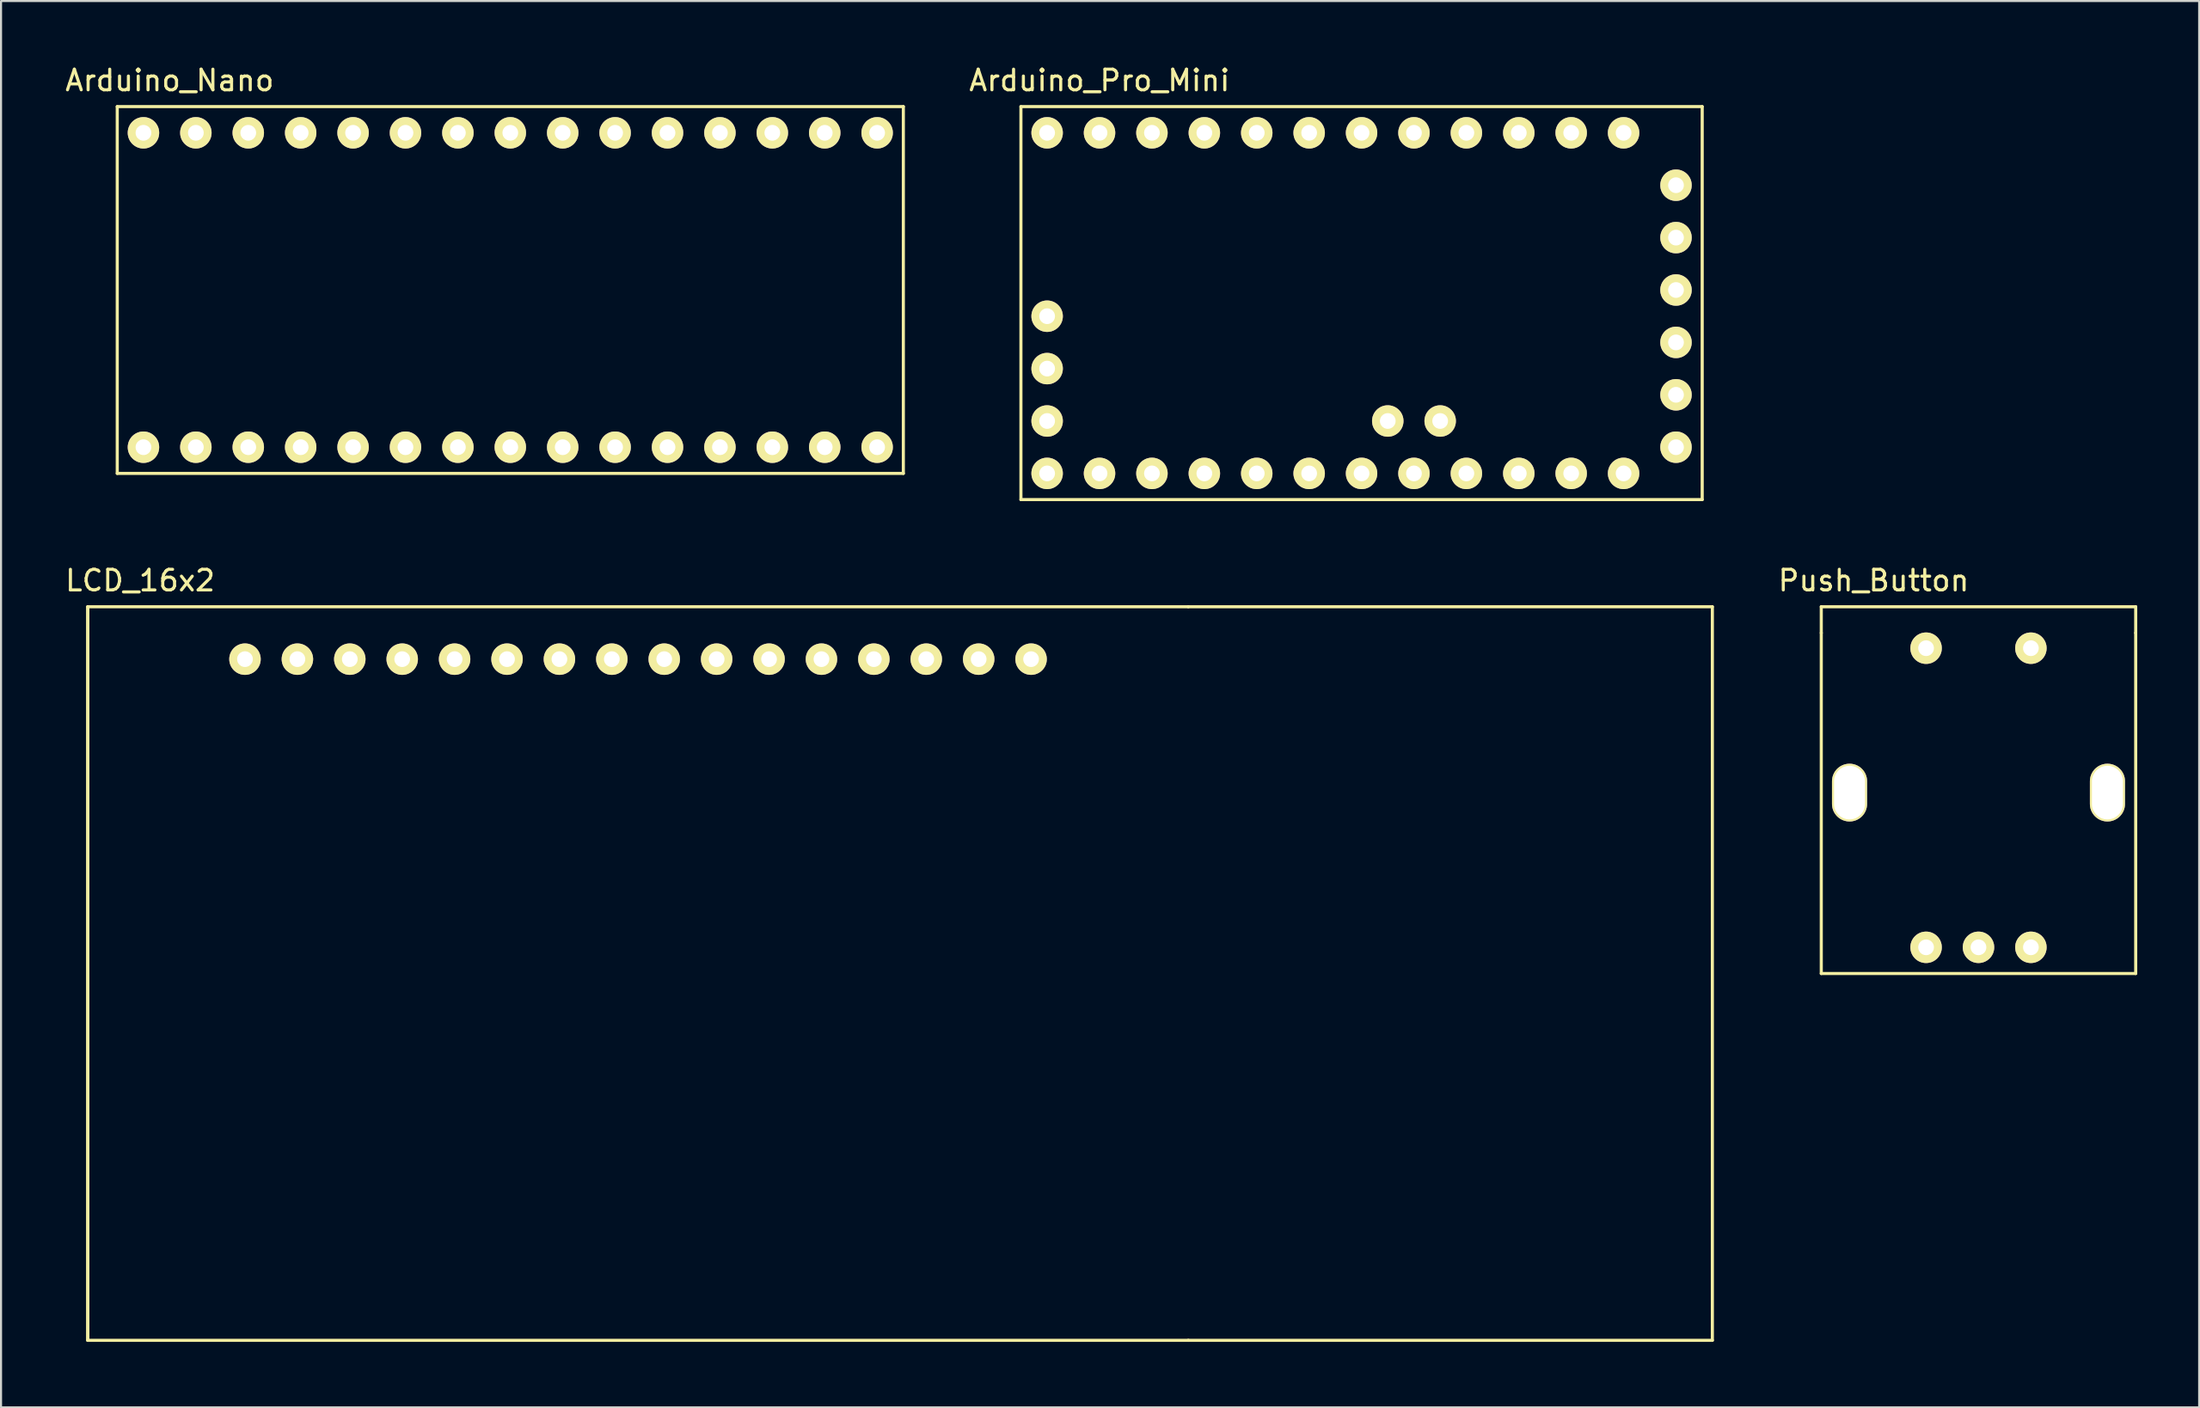
<source format=kicad_pcb>
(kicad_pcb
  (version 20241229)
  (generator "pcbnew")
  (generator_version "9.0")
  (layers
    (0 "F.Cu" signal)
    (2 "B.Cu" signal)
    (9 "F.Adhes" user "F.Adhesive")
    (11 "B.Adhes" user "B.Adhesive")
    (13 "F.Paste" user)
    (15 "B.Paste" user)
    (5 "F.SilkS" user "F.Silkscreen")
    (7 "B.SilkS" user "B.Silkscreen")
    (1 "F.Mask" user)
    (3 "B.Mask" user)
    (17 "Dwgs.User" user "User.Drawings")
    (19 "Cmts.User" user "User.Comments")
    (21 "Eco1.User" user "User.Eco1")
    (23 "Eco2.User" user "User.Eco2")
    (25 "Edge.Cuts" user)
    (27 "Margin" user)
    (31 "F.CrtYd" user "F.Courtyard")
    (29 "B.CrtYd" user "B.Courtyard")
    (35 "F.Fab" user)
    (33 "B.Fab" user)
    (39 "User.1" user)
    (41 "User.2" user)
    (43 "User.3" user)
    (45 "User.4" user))
  (footprint "LCD_16x2"
    (layer "F.Cu")
    (at 8.824 61.922)
    (property "Reference" "LCD_16x2" (at -5.08 -36.83 0) (layer "F.SilkS") (effects (font (size 1 1) (thickness 0.15))))
    (attr through_hole)
    (fp_line (start -7.62 -35.56) (end -7.62 0) (stroke (width 0.15) (type solid)) (layer "F.SilkS"))
    (fp_line (start -7.62 0) (end -7.62 -35.56) (stroke (width 0.15) (type solid)) (layer "F.SilkS"))
    (fp_line (start -7.62 0) (end 45.72 0) (stroke (width 0.15) (type solid)) (layer "F.SilkS"))
    (fp_line (start 45.72 -35.56) (end -7.62 -35.56) (stroke (width 0.15) (type solid)) (layer "F.SilkS"))
    (fp_line (start 45.72 -35.56) (end 71.12 -35.56) (stroke (width 0.15) (type solid)) (layer "F.SilkS"))
    (fp_line (start 71.12 -35.56) (end 71.12 0) (stroke (width 0.15) (type solid)) (layer "F.SilkS"))
    (fp_line (start 71.12 0) (end 45.72 0) (stroke (width 0.15) (type solid)) (layer "F.SilkS"))
    (pad "1" thru_hole circle (at 0 -33.02) (size 1.524 1.524) (drill 0.762) (layers "*.Cu" "*.Mask" "F.SilkS"))
    (pad "2" thru_hole circle (at 2.54 -33.02) (size 1.524 1.524) (drill 0.762) (layers "*.Cu" "*.Mask" "F.SilkS"))
    (pad "3" thru_hole circle (at 5.08 -33.02) (size 1.524 1.524) (drill 0.762) (layers "*.Cu" "*.Mask" "F.SilkS"))
    (pad "4" thru_hole circle (at 7.62 -33.02) (size 1.524 1.524) (drill 0.762) (layers "*.Cu" "*.Mask" "F.SilkS"))
    (pad "5" thru_hole circle (at 10.16 -33.02) (size 1.524 1.524) (drill 0.762) (layers "*.Cu" "*.Mask" "F.SilkS"))
    (pad "6" thru_hole circle (at 12.7 -33.02) (size 1.524 1.524) (drill 0.762) (layers "*.Cu" "*.Mask" "F.SilkS"))
    (pad "7" thru_hole circle (at 15.24 -33.02) (size 1.524 1.524) (drill 0.762) (layers "*.Cu" "*.Mask" "F.SilkS"))
    (pad "8" thru_hole circle (at 17.78 -33.02) (size 1.524 1.524) (drill 0.762) (layers "*.Cu" "*.Mask" "F.SilkS"))
    (pad "9" thru_hole circle (at 20.32 -33.02) (size 1.524 1.524) (drill 0.762) (layers "*.Cu" "*.Mask" "F.SilkS"))
    (pad "10" thru_hole circle (at 22.86 -33.02) (size 1.524 1.524) (drill 0.762) (layers "*.Cu" "*.Mask" "F.SilkS"))
    (pad "11" thru_hole circle (at 25.4 -33.02) (size 1.524 1.524) (drill 0.762) (layers "*.Cu" "*.Mask" "F.SilkS"))
    (pad "12" thru_hole circle (at 27.94 -33.02) (size 1.524 1.524) (drill 0.762) (layers "*.Cu" "*.Mask" "F.SilkS"))
    (pad "13" thru_hole circle (at 30.48 -33.02) (size 1.524 1.524) (drill 0.762) (layers "*.Cu" "*.Mask" "F.SilkS"))
    (pad "14" thru_hole circle (at 33.02 -33.02) (size 1.524 1.524) (drill 0.762) (layers "*.Cu" "*.Mask" "F.SilkS"))
    (pad "15" thru_hole circle (at 35.56 -33.02) (size 1.524 1.524) (drill 0.762) (layers "*.Cu" "*.Mask" "F.SilkS"))
    (pad "16" thru_hole circle (at 38.1 -33.02) (size 1.524 1.524) (drill 0.762) (layers "*.Cu" "*.Mask" "F.SilkS")))
  (footprint "Arduino_Nano"
    (layer "F.Cu")
    (at 22.953 9.738)
    (property "Reference" "Arduino_Nano" (at -17.78 -8.89 0) (layer "F.SilkS") (effects (font (size 1 1) (thickness 0.15))))
    (attr through_hole)
    (fp_line (start -20.32 -7.62) (end 17.78 -7.62) (stroke (width 0.15) (type solid)) (layer "F.SilkS"))
    (fp_line (start -20.32 10.16) (end -20.32 -7.62) (stroke (width 0.15) (type solid)) (layer "F.SilkS"))
    (fp_line (start 17.78 -7.62) (end 17.78 10.16) (stroke (width 0.15) (type solid)) (layer "F.SilkS"))
    (fp_line (start 17.78 10.16) (end -20.32 10.16) (stroke (width 0.15) (type solid)) (layer "F.SilkS"))
    (pad "1" thru_hole circle (at -19.05 8.89) (size 1.524 1.524) (drill 0.762) (layers "*.Cu" "*.Mask" "F.SilkS"))
    (pad "2" thru_hole circle (at -16.51 8.89) (size 1.524 1.524) (drill 0.762) (layers "*.Cu" "*.Mask" "F.SilkS"))
    (pad "3" thru_hole circle (at -13.97 8.89) (size 1.524 1.524) (drill 0.762) (layers "*.Cu" "*.Mask" "F.SilkS"))
    (pad "4" thru_hole circle (at -11.43 8.89) (size 1.524 1.524) (drill 0.762) (layers "*.Cu" "*.Mask" "F.SilkS"))
    (pad "5" thru_hole circle (at -8.89 8.89) (size 1.524 1.524) (drill 0.762) (layers "*.Cu" "*.Mask" "F.SilkS"))
    (pad "6" thru_hole circle (at -6.35 8.89) (size 1.524 1.524) (drill 0.762) (layers "*.Cu" "*.Mask" "F.SilkS"))
    (pad "7" thru_hole circle (at -3.81 8.89) (size 1.524 1.524) (drill 0.762) (layers "*.Cu" "*.Mask" "F.SilkS"))
    (pad "8" thru_hole circle (at -1.27 8.89) (size 1.524 1.524) (drill 0.762) (layers "*.Cu" "*.Mask" "F.SilkS"))
    (pad "9" thru_hole circle (at 1.27 8.89) (size 1.524 1.524) (drill 0.762) (layers "*.Cu" "*.Mask" "F.SilkS"))
    (pad "10" thru_hole circle (at 3.81 8.89) (size 1.524 1.524) (drill 0.762) (layers "*.Cu" "*.Mask" "F.SilkS"))
    (pad "11" thru_hole circle (at 6.35 8.89) (size 1.524 1.524) (drill 0.762) (layers "*.Cu" "*.Mask" "F.SilkS"))
    (pad "12" thru_hole circle (at 8.89 8.89) (size 1.524 1.524) (drill 0.762) (layers "*.Cu" "*.Mask" "F.SilkS"))
    (pad "13" thru_hole circle (at 11.43 8.89) (size 1.524 1.524) (drill 0.762) (layers "*.Cu" "*.Mask" "F.SilkS"))
    (pad "14" thru_hole circle (at 13.97 8.89) (size 1.524 1.524) (drill 0.762) (layers "*.Cu" "*.Mask" "F.SilkS"))
    (pad "15" thru_hole circle (at 16.51 8.89) (size 1.524 1.524) (drill 0.762) (layers "*.Cu" "*.Mask" "F.SilkS"))
    (pad "16" thru_hole circle (at 16.51 -6.35) (size 1.524 1.524) (drill 0.762) (layers "*.Cu" "*.Mask" "F.SilkS"))
    (pad "17" thru_hole circle (at 13.97 -6.35) (size 1.524 1.524) (drill 0.762) (layers "*.Cu" "*.Mask" "F.SilkS"))
    (pad "18" thru_hole circle (at 11.43 -6.35) (size 1.524 1.524) (drill 0.762) (layers "*.Cu" "*.Mask" "F.SilkS"))
    (pad "19" thru_hole circle (at 8.89 -6.35) (size 1.524 1.524) (drill 0.762) (layers "*.Cu" "*.Mask" "F.SilkS"))
    (pad "20" thru_hole circle (at 6.35 -6.35) (size 1.524 1.524) (drill 0.762) (layers "*.Cu" "*.Mask" "F.SilkS"))
    (pad "21" thru_hole circle (at 3.81 -6.35) (size 1.524 1.524) (drill 0.762) (layers "*.Cu" "*.Mask" "F.SilkS"))
    (pad "22" thru_hole circle (at 1.27 -6.35) (size 1.524 1.524) (drill 0.762) (layers "*.Cu" "*.Mask" "F.SilkS"))
    (pad "23" thru_hole circle (at -1.27 -6.35) (size 1.524 1.524) (drill 0.762) (layers "*.Cu" "*.Mask" "F.SilkS"))
    (pad "24" thru_hole circle (at -3.81 -6.35) (size 1.524 1.524) (drill 0.762) (layers "*.Cu" "*.Mask" "F.SilkS"))
    (pad "25" thru_hole circle (at -6.35 -6.35) (size 1.524 1.524) (drill 0.762) (layers "*.Cu" "*.Mask" "F.SilkS"))
    (pad "26" thru_hole circle (at -8.89 -6.35) (size 1.524 1.524) (drill 0.762) (layers "*.Cu" "*.Mask" "F.SilkS"))
    (pad "27" thru_hole circle (at -11.43 -6.35) (size 1.524 1.524) (drill 0.762) (layers "*.Cu" "*.Mask" "F.SilkS"))
    (pad "28" thru_hole circle (at -13.97 -6.35) (size 1.524 1.524) (drill 0.762) (layers "*.Cu" "*.Mask" "F.SilkS"))
    (pad "29" thru_hole circle (at -16.51 -6.35) (size 1.524 1.524) (drill 0.762) (layers "*.Cu" "*.Mask" "F.SilkS"))
    (pad "30" thru_hole circle (at -19.05 -6.35) (size 1.524 1.524) (drill 0.762) (layers "*.Cu" "*.Mask" "F.SilkS")))
  (footprint "Push_Button"
    (layer "F.Cu")
    (at 92.843 42.871)
    (property "Reference" "Push_Button" (at -5.08 -17.78 0) (layer "F.SilkS") (effects (font (size 1 1) (thickness 0.15))))
    (attr through_hole)
    (fp_line (start -7.62 -16.51) (end -7.62 -15.24) (stroke (width 0.15) (type solid)) (layer "F.SilkS"))
    (fp_line (start -7.62 -15.24) (end -7.62 1.27) (stroke (width 0.15) (type solid)) (layer "F.SilkS"))
    (fp_line (start -7.62 1.27) (end 7.62 1.27) (stroke (width 0.15) (type solid)) (layer "F.SilkS"))
    (fp_line (start 7.62 -16.51) (end -7.62 -16.51) (stroke (width 0.15) (type solid)) (layer "F.SilkS"))
    (fp_line (start 7.62 -15.24) (end 7.62 -16.51) (stroke (width 0.15) (type solid)) (layer "F.SilkS"))
    (fp_line (start 7.62 1.27) (end 7.62 -15.24) (stroke (width 0.15) (type solid)) (layer "F.SilkS"))
    (pad "1" thru_hole circle (at -2.54 0) (size 1.524 1.524) (drill 0.762) (layers "*.Cu" "*.Mask" "F.SilkS"))
    (pad "2" thru_hole circle (at 0 0) (size 1.524 1.524) (drill 0.762) (layers "*.Cu" "*.Mask" "F.SilkS"))
    (pad "3" thru_hole circle (at 2.54 0) (size 1.524 1.524) (drill 0.762) (layers "*.Cu" "*.Mask" "F.SilkS"))
    (pad "4" thru_hole circle (at 2.54 -14.5) (size 1.524 1.524) (drill 0.762) (layers "*.Cu" "*.Mask" "F.SilkS"))
    (pad "5" thru_hole circle (at -2.54 -14.5) (size 1.524 1.524) (drill 0.762) (layers "*.Cu" "*.Mask" "F.SilkS"))
    (pad "6" thru_hole oval (at 6.25 -7.5) (size 1.7 2.8) (drill oval 1.5 2.6) (layers "*.Cu" "*.Mask" "F.SilkS"))
    (pad "7" thru_hole oval (at -6.25 -7.5) (size 1.7 2.8) (drill oval 1.5 2.6) (layers "*.Cu" "*.Mask" "F.SilkS")))
  (footprint "Arduino_Pro_Mini"
    (layer "F.Cu")
    (at 60.402 11.008)
    (property "Reference" "Arduino_Pro_Mini" (at -10.16 -10.16 0) (layer "F.SilkS") (effects (font (size 1 1) (thickness 0.15))))
    (attr through_hole)
    (fp_line (start -13.97 -8.89) (end 19.05 -8.89) (stroke (width 0.15) (type solid)) (layer "F.SilkS"))
    (fp_line (start -13.97 10.16) (end -13.97 -8.89) (stroke (width 0.15) (type solid)) (layer "F.SilkS"))
    (fp_line (start 19.05 -8.89) (end 19.05 10.16) (stroke (width 0.15) (type solid)) (layer "F.SilkS"))
    (fp_line (start 19.05 10.16) (end -13.97 10.16) (stroke (width 0.15) (type solid)) (layer "F.SilkS"))
    (pad "1" thru_hole circle (at -12.7 1.27) (size 1.524 1.524) (drill 0.762) (layers "*.Cu" "*.Mask" "F.SilkS"))
    (pad "2" thru_hole circle (at -12.7 3.81) (size 1.524 1.524) (drill 0.762) (layers "*.Cu" "*.Mask" "F.SilkS"))
    (pad "3" thru_hole circle (at -12.7 6.35) (size 1.524 1.524) (drill 0.762) (layers "*.Cu" "*.Mask" "F.SilkS"))
    (pad "4" thru_hole circle (at -12.7 8.89) (size 1.524 1.524) (drill 0.762) (layers "*.Cu" "*.Mask" "F.SilkS"))
    (pad "5" thru_hole circle (at -10.16 8.89) (size 1.524 1.524) (drill 0.762) (layers "*.Cu" "*.Mask" "F.SilkS"))
    (pad "6" thru_hole circle (at -7.62 8.89) (size 1.524 1.524) (drill 0.762) (layers "*.Cu" "*.Mask" "F.SilkS"))
    (pad "7" thru_hole circle (at -5.08 8.89) (size 1.524 1.524) (drill 0.762) (layers "*.Cu" "*.Mask" "F.SilkS"))
    (pad "8" thru_hole circle (at -2.54 8.89) (size 1.524 1.524) (drill 0.762) (layers "*.Cu" "*.Mask" "F.SilkS"))
    (pad "9" thru_hole circle (at 0 8.89) (size 1.524 1.524) (drill 0.762) (layers "*.Cu" "*.Mask" "F.SilkS"))
    (pad "10" thru_hole circle (at 2.54 8.89) (size 1.524 1.524) (drill 0.762) (layers "*.Cu" "*.Mask" "F.SilkS"))
    (pad "11" thru_hole circle (at 5.08 8.89) (size 1.524 1.524) (drill 0.762) (layers "*.Cu" "*.Mask" "F.SilkS"))
    (pad "12" thru_hole circle (at 7.62 8.89) (size 1.524 1.524) (drill 0.762) (layers "*.Cu" "*.Mask" "F.SilkS"))
    (pad "13" thru_hole circle (at 10.16 8.89) (size 1.524 1.524) (drill 0.762) (layers "*.Cu" "*.Mask" "F.SilkS"))
    (pad "14" thru_hole circle (at 12.7 8.89) (size 1.524 1.524) (drill 0.762) (layers "*.Cu" "*.Mask" "F.SilkS"))
    (pad "15" thru_hole circle (at 15.24 8.89) (size 1.524 1.524) (drill 0.762) (layers "*.Cu" "*.Mask" "F.SilkS"))
    (pad "16" thru_hole circle (at 17.78 7.62) (size 1.524 1.524) (drill 0.762) (layers "*.Cu" "*.Mask" "F.SilkS"))
    (pad "17" thru_hole circle (at 17.78 5.08) (size 1.524 1.524) (drill 0.762) (layers "*.Cu" "*.Mask" "F.SilkS"))
    (pad "18" thru_hole circle (at 17.78 2.54) (size 1.524 1.524) (drill 0.762) (layers "*.Cu" "*.Mask" "F.SilkS"))
    (pad "19" thru_hole circle (at 17.78 0) (size 1.524 1.524) (drill 0.762) (layers "*.Cu" "*.Mask" "F.SilkS"))
    (pad "20" thru_hole circle (at 17.78 -2.54) (size 1.524 1.524) (drill 0.762) (layers "*.Cu" "*.Mask" "F.SilkS"))
    (pad "21" thru_hole circle (at 17.78 -5.08) (size 1.524 1.524) (drill 0.762) (layers "*.Cu" "*.Mask" "F.SilkS"))
    (pad "22" thru_hole circle (at 15.24 -7.62) (size 1.524 1.524) (drill 0.762) (layers "*.Cu" "*.Mask" "F.SilkS"))
    (pad "23" thru_hole circle (at 12.7 -7.62) (size 1.524 1.524) (drill 0.762) (layers "*.Cu" "*.Mask" "F.SilkS"))
    (pad "24" thru_hole circle (at 10.16 -7.62) (size 1.524 1.524) (drill 0.762) (layers "*.Cu" "*.Mask" "F.SilkS"))
    (pad "25" thru_hole circle (at 7.62 -7.62) (size 1.524 1.524) (drill 0.762) (layers "*.Cu" "*.Mask" "F.SilkS"))
    (pad "26" thru_hole circle (at 5.08 -7.62) (size 1.524 1.524) (drill 0.762) (layers "*.Cu" "*.Mask" "F.SilkS"))
    (pad "27" thru_hole circle (at 2.54 -7.62) (size 1.524 1.524) (drill 0.762) (layers "*.Cu" "*.Mask" "F.SilkS"))
    (pad "28" thru_hole circle (at 0 -7.62) (size 1.524 1.524) (drill 0.762) (layers "*.Cu" "*.Mask" "F.SilkS"))
    (pad "29" thru_hole circle (at -2.54 -7.62) (size 1.524 1.524) (drill 0.762) (layers "*.Cu" "*.Mask" "F.SilkS"))
    (pad "30" thru_hole circle (at -5.08 -7.62) (size 1.524 1.524) (drill 0.762) (layers "*.Cu" "*.Mask" "F.SilkS"))
    (pad "31" thru_hole circle (at -7.62 -7.62) (size 1.524 1.524) (drill 0.762) (layers "*.Cu" "*.Mask" "F.SilkS"))
    (pad "32" thru_hole circle (at -10.16 -7.62) (size 1.524 1.524) (drill 0.762) (layers "*.Cu" "*.Mask" "F.SilkS"))
    (pad "33" thru_hole circle (at -12.7 -7.62) (size 1.524 1.524) (drill 0.762) (layers "*.Cu" "*.Mask" "F.SilkS"))
    (pad "34" thru_hole circle (at 3.81 6.35) (size 1.524 1.524) (drill 0.762) (layers "*.Cu" "*.Mask" "F.SilkS"))
    (pad "35" thru_hole circle (at 6.35 6.35) (size 1.524 1.524) (drill 0.762) (layers "*.Cu" "*.Mask" "F.SilkS")))
  (gr_rect
    (start -3 -3)
    (end 103.538 65.171)
    (stroke (width 0.1) (type default))
    (fill no)
    (layer "Edge.Cuts")))
</source>
